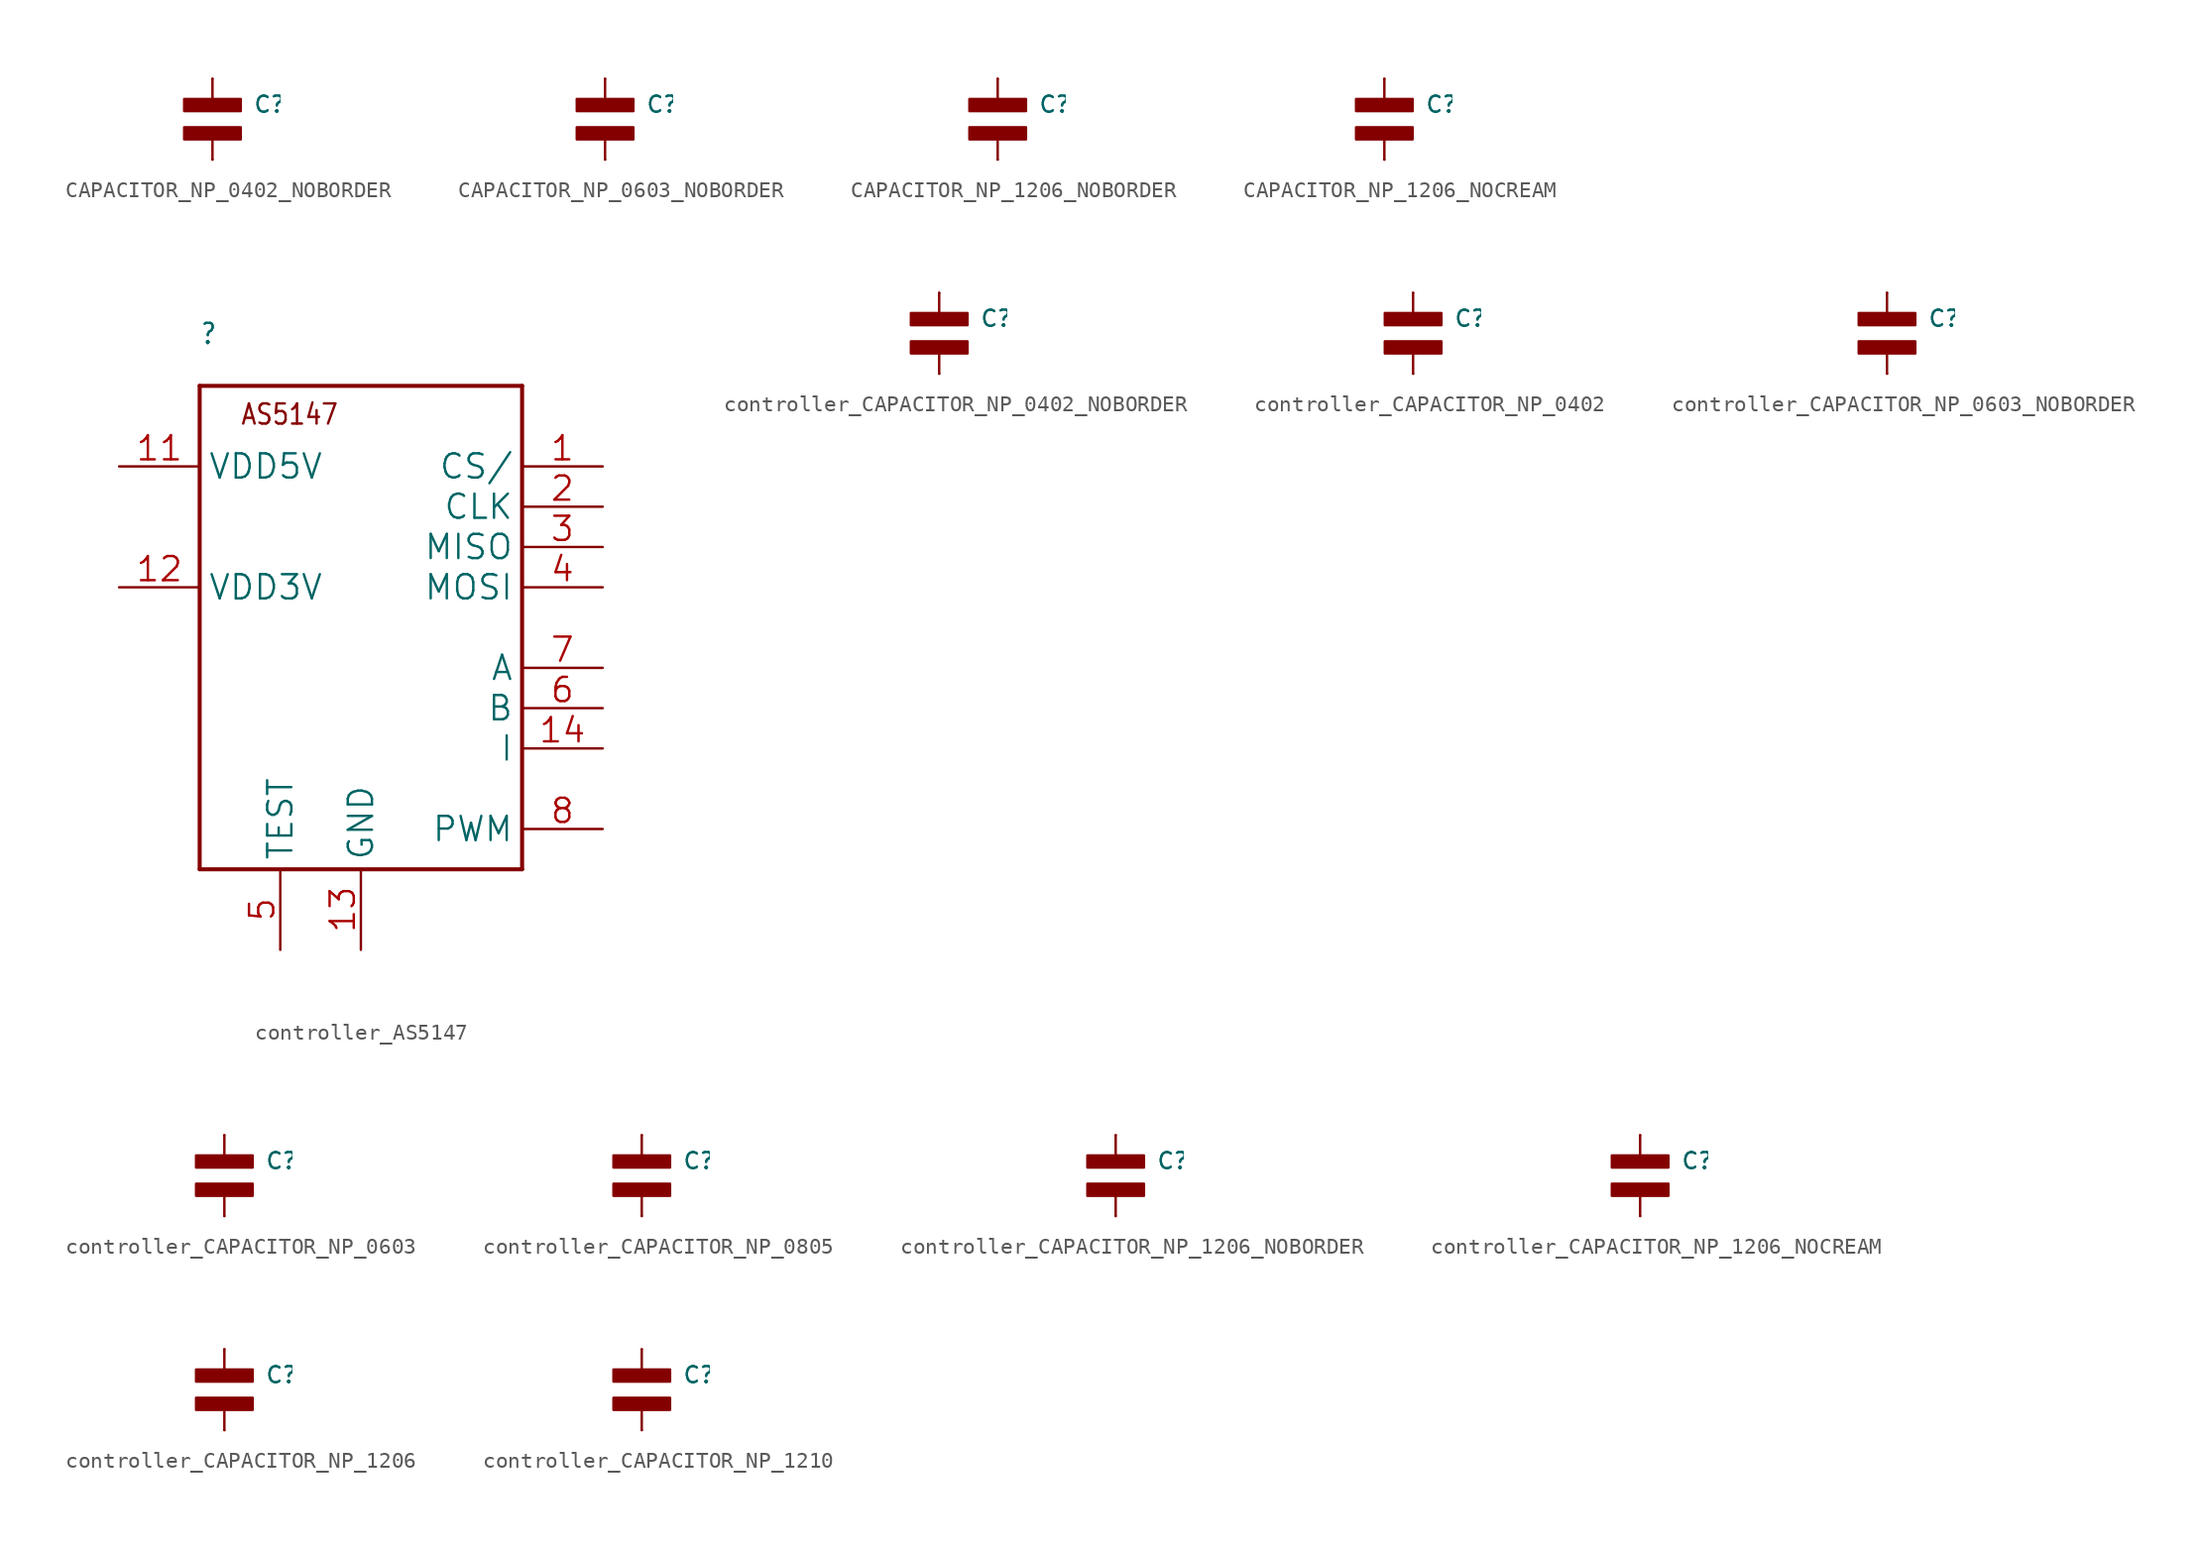
<source format=kicad_sym>
(kicad_symbol_lib
  (version 20241209)
  (generator "kicad_symbol_editor")
  (generator_version "9.0")
  (symbol "CAPACITOR_NP_0402_NOBORDER"
    (property "Reference" "C"
      (at 2.54 1.524 0)
      (effects (font (size 1.016 1.016)) (justify left top)))
    (property "Value" ""
      (at 2.54 -1.524 0)
      (effects (font (size 1.016 1.016)) (justify left bottom)))
    (property "ki_locked" ""
      (at 0 0 0)
      (effects (font (size 1.27 1.27))))
    (symbol "CAPACITOR_NP_0402_NOBORDER_1_0"
      (rectangle (start -1.778 0.508) (end 1.778 1.27) (stroke (width 0) (type default)) (fill (type outline)))
      (rectangle (start -1.778 -1.27) (end 1.778 -0.508) (stroke (width 0) (type default)) (fill (type outline)))
      (polyline (pts (xy 0 2.54) (xy 0 1.016)) (stroke (width 0.152) (type solid)) (fill (type none)))
      (polyline (pts (xy 0 -2.54) (xy 0 -1.016)) (stroke (width 0.152) (type solid)) (fill (type none)))
      (pin passive line (at 0 2.54 270) (length 0) (name "P$1" (effects (font (size 0 0)))) (number "P$1" (effects (font (size 0 0)))))
      (pin passive line (at 0 -2.54 90) (length 0) (name "P$2" (effects (font (size 0 0)))) (number "P$2" (effects (font (size 0 0)))))))
  (symbol "CAPACITOR_NP_0603_NOBORDER"
    (property "Reference" "C"
      (at 2.54 1.524 0)
      (effects (font (size 1.016 1.016)) (justify left top)))
    (property "Value" ""
      (at 2.54 -1.524 0)
      (effects (font (size 1.016 1.016)) (justify left bottom)))
    (property "ki_locked" ""
      (at 0 0 0)
      (effects (font (size 1.27 1.27))))
    (symbol "CAPACITOR_NP_0603_NOBORDER_1_0"
      (rectangle (start -1.778 0.508) (end 1.778 1.27) (stroke (width 0) (type default)) (fill (type outline)))
      (rectangle (start -1.778 -1.27) (end 1.778 -0.508) (stroke (width 0) (type default)) (fill (type outline)))
      (polyline (pts (xy 0 2.54) (xy 0 1.016)) (stroke (width 0.152) (type solid)) (fill (type none)))
      (polyline (pts (xy 0 -2.54) (xy 0 -1.016)) (stroke (width 0.152) (type solid)) (fill (type none)))
      (pin passive line (at 0 2.54 270) (length 0) (name "P$1" (effects (font (size 0 0)))) (number "P$1" (effects (font (size 0 0)))))
      (pin passive line (at 0 -2.54 90) (length 0) (name "P$2" (effects (font (size 0 0)))) (number "P$2" (effects (font (size 0 0)))))))
  (symbol "CAPACITOR_NP_1206_NOBORDER"
    (property "Reference" "C"
      (at 2.54 1.524 0)
      (effects (font (size 1.016 1.016)) (justify left top)))
    (property "Value" ""
      (at 2.54 -1.524 0)
      (effects (font (size 1.016 1.016)) (justify left bottom)))
    (property "ki_locked" ""
      (at 0 0 0)
      (effects (font (size 1.27 1.27))))
    (symbol "CAPACITOR_NP_1206_NOBORDER_1_0"
      (rectangle (start -1.778 0.508) (end 1.778 1.27) (stroke (width 0) (type default)) (fill (type outline)))
      (rectangle (start -1.778 -1.27) (end 1.778 -0.508) (stroke (width 0) (type default)) (fill (type outline)))
      (polyline (pts (xy 0 2.54) (xy 0 1.016)) (stroke (width 0.152) (type solid)) (fill (type none)))
      (polyline (pts (xy 0 -2.54) (xy 0 -1.016)) (stroke (width 0.152) (type solid)) (fill (type none)))
      (pin passive line (at 0 2.54 270) (length 0) (name "P$1" (effects (font (size 0 0)))) (number "P$1" (effects (font (size 0 0)))))
      (pin passive line (at 0 -2.54 90) (length 0) (name "P$2" (effects (font (size 0 0)))) (number "P$2" (effects (font (size 0 0)))))))
  (symbol "CAPACITOR_NP_1206_NOCREAM"
    (property "Reference" "C"
      (at 2.54 1.524 0)
      (effects (font (size 1.016 1.016)) (justify left top)))
    (property "Value" ""
      (at 2.54 -1.524 0)
      (effects (font (size 1.016 1.016)) (justify left bottom)))
    (property "ki_locked" ""
      (at 0 0 0)
      (effects (font (size 1.27 1.27))))
    (symbol "CAPACITOR_NP_1206_NOCREAM_1_0"
      (rectangle (start -1.778 0.508) (end 1.778 1.27) (stroke (width 0) (type default)) (fill (type outline)))
      (rectangle (start -1.778 -1.27) (end 1.778 -0.508) (stroke (width 0) (type default)) (fill (type outline)))
      (polyline (pts (xy 0 2.54) (xy 0 1.016)) (stroke (width 0.152) (type solid)) (fill (type none)))
      (polyline (pts (xy 0 -2.54) (xy 0 -1.016)) (stroke (width 0.152) (type solid)) (fill (type none)))
      (pin passive line (at 0 2.54 270) (length 0) (name "P$1" (effects (font (size 0 0)))) (number "P$1" (effects (font (size 0 0)))))
      (pin passive line (at 0 -2.54 90) (length 0) (name "P$2" (effects (font (size 0 0)))) (number "P$2" (effects (font (size 0 0)))))))
  (symbol "controller_AS5147"
    (property "Reference" ""
      (at -10.16 17.78 0)
      (effects (font (size 1.27 1.079)) (justify left bottom)))
    (property "ki_locked" ""
      (at 0 0 0)
      (effects (font (size 1.27 1.27))))
    (symbol "controller_AS5147_1_0"
      (polyline (pts (xy -10.16 15.24) (xy 10.16 15.24)) (stroke (width 0.254) (type solid)) (fill (type none)))
      (polyline (pts (xy -10.16 -15.24) (xy -10.16 15.24)) (stroke (width 0.254) (type solid)) (fill (type none)))
      (polyline (pts (xy 10.16 15.24) (xy 10.16 -15.24)) (stroke (width 0.254) (type solid)) (fill (type none)))
      (polyline (pts (xy 10.16 -15.24) (xy -10.16 -15.24)) (stroke (width 0.254) (type solid)) (fill (type none)))
      (text "AS5147" (at -7.62 12.7 0) (effects (font (size 1.27 1.079)) (justify left bottom)))
      (pin bidirectional line (at -15.24 10.16 0) (length 5.08) (name "VDD5V" (effects (font (size 1.524 1.524)))) (number "11" (effects (font (size 1.524 1.524)))))
      (pin bidirectional line (at -15.24 2.54 0) (length 5.08) (name "VDD3V" (effects (font (size 1.524 1.524)))) (number "12" (effects (font (size 1.524 1.524)))))
      (pin bidirectional line (at -5.08 -20.32 90) (length 5.08) (name "TEST" (effects (font (size 1.524 1.524)))) (number "5" (effects (font (size 1.524 1.524)))))
      (pin bidirectional line (at 0 -20.32 90) (length 5.08) (name "GND" (effects (font (size 1.524 1.524)))) (number "13" (effects (font (size 1.524 1.524)))))
      (pin bidirectional line (at 15.24 10.16 180) (length 5.08) (name "CS/" (effects (font (size 1.524 1.524)))) (number "1" (effects (font (size 1.524 1.524)))))
      (pin bidirectional line (at 15.24 7.62 180) (length 5.08) (name "CLK" (effects (font (size 1.524 1.524)))) (number "2" (effects (font (size 1.524 1.524)))))
      (pin bidirectional line (at 15.24 5.08 180) (length 5.08) (name "MISO" (effects (font (size 1.524 1.524)))) (number "3" (effects (font (size 1.524 1.524)))))
      (pin bidirectional line (at 15.24 2.54 180) (length 5.08) (name "MOSI" (effects (font (size 1.524 1.524)))) (number "4" (effects (font (size 1.524 1.524)))))
      (pin bidirectional line (at 15.24 -2.54 180) (length 5.08) (name "A" (effects (font (size 1.524 1.524)))) (number "7" (effects (font (size 1.524 1.524)))))
      (pin bidirectional line (at 15.24 -5.08 180) (length 5.08) (name "B" (effects (font (size 1.524 1.524)))) (number "6" (effects (font (size 1.524 1.524)))))
      (pin bidirectional line (at 15.24 -7.62 180) (length 5.08) (name "I" (effects (font (size 1.524 1.524)))) (number "14" (effects (font (size 1.524 1.524)))))
      (pin bidirectional line (at 15.24 -12.7 180) (length 5.08) (name "PWM" (effects (font (size 1.524 1.524)))) (number "8" (effects (font (size 1.524 1.524)))))))
  (symbol "controller_CAPACITOR_NP_0402_NOBORDER"
    (property "Reference" "C"
      (at 2.54 1.524 0)
      (effects (font (size 1.016 1.016)) (justify left top)))
    (property "Value" ""
      (at 2.54 -1.524 0)
      (effects (font (size 1.016 1.016)) (justify left bottom)))
    (property "ki_locked" ""
      (at 0 0 0)
      (effects (font (size 1.27 1.27))))
    (symbol "controller_CAPACITOR_NP_0402_NOBORDER_1_0"
      (rectangle (start -1.778 0.508) (end 1.778 1.27) (stroke (width 0) (type default)) (fill (type outline)))
      (rectangle (start -1.778 -1.27) (end 1.778 -0.508) (stroke (width 0) (type default)) (fill (type outline)))
      (polyline (pts (xy 0 2.54) (xy 0 1.016)) (stroke (width 0.152) (type solid)) (fill (type none)))
      (polyline (pts (xy 0 -2.54) (xy 0 -1.016)) (stroke (width 0.152) (type solid)) (fill (type none)))
      (pin passive line (at 0 2.54 270) (length 0) (name "P$1" (effects (font (size 0 0)))) (number "P$1" (effects (font (size 0 0)))))
      (pin passive line (at 0 -2.54 90) (length 0) (name "P$2" (effects (font (size 0 0)))) (number "P$2" (effects (font (size 0 0)))))))
  (symbol "controller_CAPACITOR_NP_0402"
    (property "Reference" "C"
      (at 2.54 1.524 0)
      (effects (font (size 1.016 1.016)) (justify left top)))
    (property "Value" ""
      (at 2.54 -1.524 0)
      (effects (font (size 1.016 1.016)) (justify left bottom)))
    (property "ki_locked" ""
      (at 0 0 0)
      (effects (font (size 1.27 1.27))))
    (symbol "controller_CAPACITOR_NP_0402_1_0"
      (rectangle (start -1.778 0.508) (end 1.778 1.27) (stroke (width 0) (type default)) (fill (type outline)))
      (rectangle (start -1.778 -1.27) (end 1.778 -0.508) (stroke (width 0) (type default)) (fill (type outline)))
      (polyline (pts (xy 0 2.54) (xy 0 1.016)) (stroke (width 0.152) (type solid)) (fill (type none)))
      (polyline (pts (xy 0 -2.54) (xy 0 -1.016)) (stroke (width 0.152) (type solid)) (fill (type none)))
      (pin passive line (at 0 2.54 270) (length 0) (name "P$1" (effects (font (size 0 0)))) (number "P$1" (effects (font (size 0 0)))))
      (pin passive line (at 0 -2.54 90) (length 0) (name "P$2" (effects (font (size 0 0)))) (number "P$2" (effects (font (size 0 0)))))))
  (symbol "controller_CAPACITOR_NP_0603_NOBORDER"
    (property "Reference" "C"
      (at 2.54 1.524 0)
      (effects (font (size 1.016 1.016)) (justify left top)))
    (property "Value" ""
      (at 2.54 -1.524 0)
      (effects (font (size 1.016 1.016)) (justify left bottom)))
    (property "ki_locked" ""
      (at 0 0 0)
      (effects (font (size 1.27 1.27))))
    (symbol "controller_CAPACITOR_NP_0603_NOBORDER_1_0"
      (rectangle (start -1.778 0.508) (end 1.778 1.27) (stroke (width 0) (type default)) (fill (type outline)))
      (rectangle (start -1.778 -1.27) (end 1.778 -0.508) (stroke (width 0) (type default)) (fill (type outline)))
      (polyline (pts (xy 0 2.54) (xy 0 1.016)) (stroke (width 0.152) (type solid)) (fill (type none)))
      (polyline (pts (xy 0 -2.54) (xy 0 -1.016)) (stroke (width 0.152) (type solid)) (fill (type none)))
      (pin passive line (at 0 2.54 270) (length 0) (name "P$1" (effects (font (size 0 0)))) (number "P$1" (effects (font (size 0 0)))))
      (pin passive line (at 0 -2.54 90) (length 0) (name "P$2" (effects (font (size 0 0)))) (number "P$2" (effects (font (size 0 0)))))))
  (symbol "controller_CAPACITOR_NP_0603"
    (property "Reference" "C"
      (at 2.54 1.524 0)
      (effects (font (size 1.016 1.016)) (justify left top)))
    (property "Value" ""
      (at 2.54 -1.524 0)
      (effects (font (size 1.016 1.016)) (justify left bottom)))
    (property "ki_locked" ""
      (at 0 0 0)
      (effects (font (size 1.27 1.27))))
    (symbol "controller_CAPACITOR_NP_0603_1_0"
      (rectangle (start -1.778 0.508) (end 1.778 1.27) (stroke (width 0) (type default)) (fill (type outline)))
      (rectangle (start -1.778 -1.27) (end 1.778 -0.508) (stroke (width 0) (type default)) (fill (type outline)))
      (polyline (pts (xy 0 2.54) (xy 0 1.016)) (stroke (width 0.152) (type solid)) (fill (type none)))
      (polyline (pts (xy 0 -2.54) (xy 0 -1.016)) (stroke (width 0.152) (type solid)) (fill (type none)))
      (pin passive line (at 0 2.54 270) (length 0) (name "P$1" (effects (font (size 0 0)))) (number "P$1" (effects (font (size 0 0)))))
      (pin passive line (at 0 -2.54 90) (length 0) (name "P$2" (effects (font (size 0 0)))) (number "P$2" (effects (font (size 0 0)))))))
  (symbol "controller_CAPACITOR_NP_0805"
    (property "Reference" "C"
      (at 2.54 1.524 0)
      (effects (font (size 1.016 1.016)) (justify left top)))
    (property "Value" ""
      (at 2.54 -1.524 0)
      (effects (font (size 1.016 1.016)) (justify left bottom)))
    (property "ki_locked" ""
      (at 0 0 0)
      (effects (font (size 1.27 1.27))))
    (symbol "controller_CAPACITOR_NP_0805_1_0"
      (rectangle (start -1.778 0.508) (end 1.778 1.27) (stroke (width 0) (type default)) (fill (type outline)))
      (rectangle (start -1.778 -1.27) (end 1.778 -0.508) (stroke (width 0) (type default)) (fill (type outline)))
      (polyline (pts (xy 0 2.54) (xy 0 1.016)) (stroke (width 0.152) (type solid)) (fill (type none)))
      (polyline (pts (xy 0 -2.54) (xy 0 -1.016)) (stroke (width 0.152) (type solid)) (fill (type none)))
      (pin passive line (at 0 2.54 270) (length 0) (name "P$1" (effects (font (size 0 0)))) (number "P$1" (effects (font (size 0 0)))))
      (pin passive line (at 0 -2.54 90) (length 0) (name "P$2" (effects (font (size 0 0)))) (number "P$2" (effects (font (size 0 0)))))))
  (symbol "controller_CAPACITOR_NP_1206_NOBORDER"
    (property "Reference" "C"
      (at 2.54 1.524 0)
      (effects (font (size 1.016 1.016)) (justify left top)))
    (property "Value" ""
      (at 2.54 -1.524 0)
      (effects (font (size 1.016 1.016)) (justify left bottom)))
    (property "ki_locked" ""
      (at 0 0 0)
      (effects (font (size 1.27 1.27))))
    (symbol "controller_CAPACITOR_NP_1206_NOBORDER_1_0"
      (rectangle (start -1.778 0.508) (end 1.778 1.27) (stroke (width 0) (type default)) (fill (type outline)))
      (rectangle (start -1.778 -1.27) (end 1.778 -0.508) (stroke (width 0) (type default)) (fill (type outline)))
      (polyline (pts (xy 0 2.54) (xy 0 1.016)) (stroke (width 0.152) (type solid)) (fill (type none)))
      (polyline (pts (xy 0 -2.54) (xy 0 -1.016)) (stroke (width 0.152) (type solid)) (fill (type none)))
      (pin passive line (at 0 2.54 270) (length 0) (name "P$1" (effects (font (size 0 0)))) (number "P$1" (effects (font (size 0 0)))))
      (pin passive line (at 0 -2.54 90) (length 0) (name "P$2" (effects (font (size 0 0)))) (number "P$2" (effects (font (size 0 0)))))))
  (symbol "controller_CAPACITOR_NP_1206_NOCREAM"
    (property "Reference" "C"
      (at 2.54 1.524 0)
      (effects (font (size 1.016 1.016)) (justify left top)))
    (property "Value" ""
      (at 2.54 -1.524 0)
      (effects (font (size 1.016 1.016)) (justify left bottom)))
    (property "ki_locked" ""
      (at 0 0 0)
      (effects (font (size 1.27 1.27))))
    (symbol "controller_CAPACITOR_NP_1206_NOCREAM_1_0"
      (rectangle (start -1.778 0.508) (end 1.778 1.27) (stroke (width 0) (type default)) (fill (type outline)))
      (rectangle (start -1.778 -1.27) (end 1.778 -0.508) (stroke (width 0) (type default)) (fill (type outline)))
      (polyline (pts (xy 0 2.54) (xy 0 1.016)) (stroke (width 0.152) (type solid)) (fill (type none)))
      (polyline (pts (xy 0 -2.54) (xy 0 -1.016)) (stroke (width 0.152) (type solid)) (fill (type none)))
      (pin passive line (at 0 2.54 270) (length 0) (name "P$1" (effects (font (size 0 0)))) (number "P$1" (effects (font (size 0 0)))))
      (pin passive line (at 0 -2.54 90) (length 0) (name "P$2" (effects (font (size 0 0)))) (number "P$2" (effects (font (size 0 0)))))))
  (symbol "controller_CAPACITOR_NP_1206"
    (property "Reference" "C"
      (at 2.54 1.524 0)
      (effects (font (size 1.016 1.016)) (justify left top)))
    (property "Value" ""
      (at 2.54 -1.524 0)
      (effects (font (size 1.016 1.016)) (justify left bottom)))
    (property "ki_locked" ""
      (at 0 0 0)
      (effects (font (size 1.27 1.27))))
    (symbol "controller_CAPACITOR_NP_1206_1_0"
      (rectangle (start -1.778 0.508) (end 1.778 1.27) (stroke (width 0) (type default)) (fill (type outline)))
      (rectangle (start -1.778 -1.27) (end 1.778 -0.508) (stroke (width 0) (type default)) (fill (type outline)))
      (polyline (pts (xy 0 2.54) (xy 0 1.016)) (stroke (width 0.152) (type solid)) (fill (type none)))
      (polyline (pts (xy 0 -2.54) (xy 0 -1.016)) (stroke (width 0.152) (type solid)) (fill (type none)))
      (pin passive line (at 0 2.54 270) (length 0) (name "P$1" (effects (font (size 0 0)))) (number "P$1" (effects (font (size 0 0)))))
      (pin passive line (at 0 -2.54 90) (length 0) (name "P$2" (effects (font (size 0 0)))) (number "P$2" (effects (font (size 0 0)))))))
  (symbol "controller_CAPACITOR_NP_1210"
    (property "Reference" "C"
      (at 2.54 1.524 0)
      (effects (font (size 1.016 1.016)) (justify left top)))
    (property "Value" ""
      (at 2.54 -1.524 0)
      (effects (font (size 1.016 1.016)) (justify left bottom)))
    (property "ki_locked" ""
      (at 0 0 0)
      (effects (font (size 1.27 1.27))))
    (symbol "controller_CAPACITOR_NP_1210_1_0"
      (rectangle (start -1.778 0.508) (end 1.778 1.27) (stroke (width 0) (type default)) (fill (type outline)))
      (rectangle (start -1.778 -1.27) (end 1.778 -0.508) (stroke (width 0) (type default)) (fill (type outline)))
      (polyline (pts (xy 0 2.54) (xy 0 1.016)) (stroke (width 0.152) (type solid)) (fill (type none)))
      (polyline (pts (xy 0 -2.54) (xy 0 -1.016)) (stroke (width 0.152) (type solid)) (fill (type none)))
      (pin passive line (at 0 2.54 270) (length 0) (name "P$1" (effects (font (size 0 0)))) (number "P$1" (effects (font (size 0 0)))))
      (pin passive line (at 0 -2.54 90) (length 0) (name "P$2" (effects (font (size 0 0)))) (number "P$2" (effects (font (size 0 0))))))))
</source>
